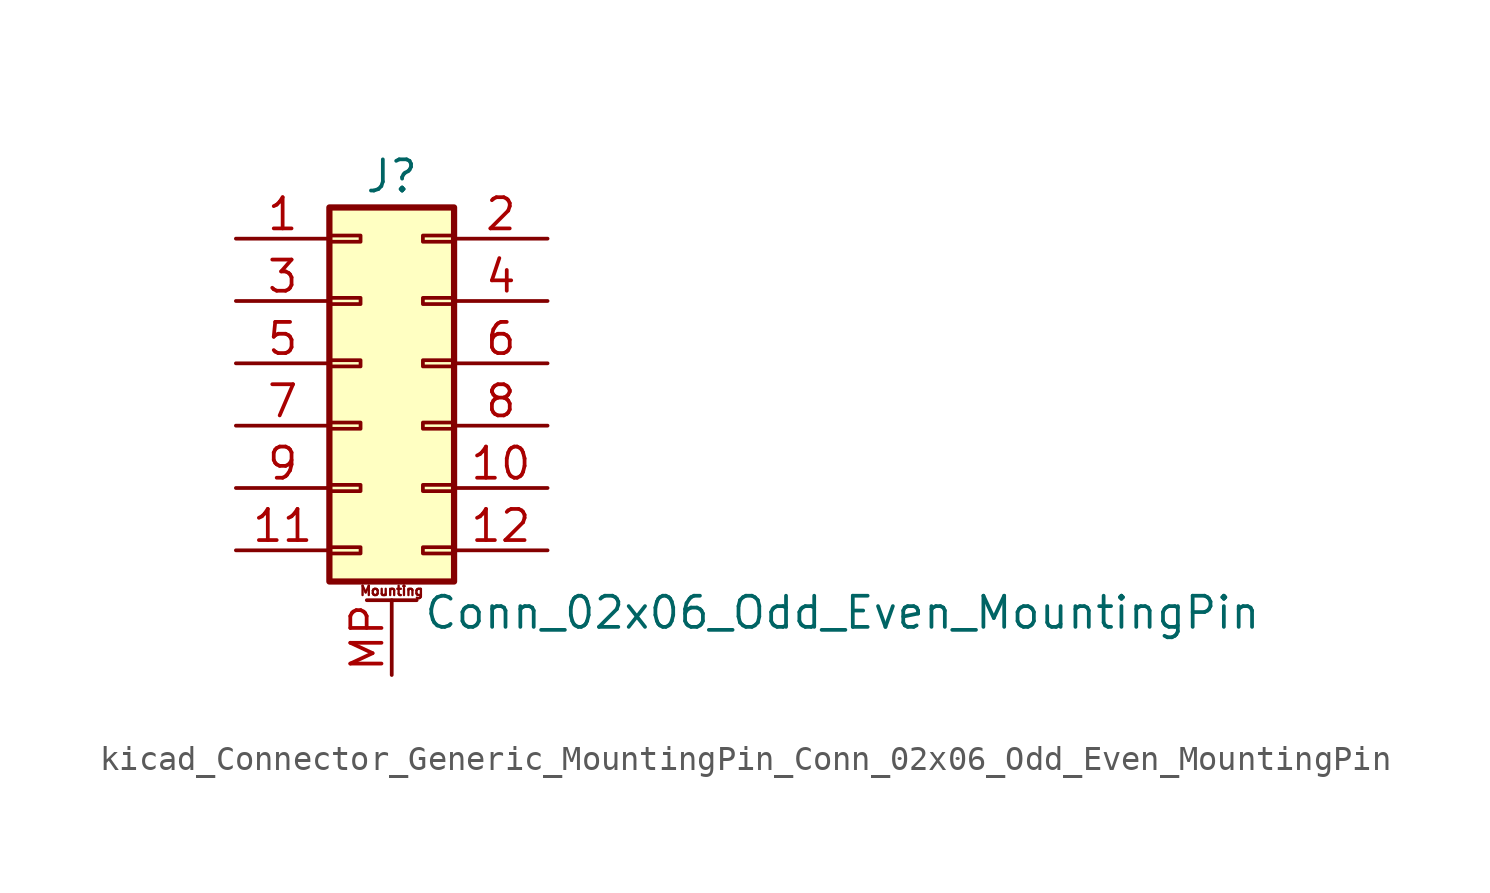
<source format=kicad_sym>
(kicad_symbol_lib
  (version 20220914)
  (generator kicad_symbol_editor)
  (symbol "kicad_Connector_Generic_MountingPin_Conn_02x06_Odd_Even_MountingPin"
    (pin_names
      (offset 1.016) hide)
    (property "Reference" "J"
      (at 1.27 7.62 0)
      (effects (font (size 1.27 1.27))))
    (property "Value" "Conn_02x06_Odd_Even_MountingPin"
      (at 2.54 -10.16 0)
      (effects (font (size 1.27 1.27)) (justify left)))
    (symbol "kicad_Connector_Generic_MountingPin_Conn_02x06_Odd_Even_MountingPin_1_1"
      (rectangle (start -1.27 -7.493) (end 0 -7.747) (stroke (width 0.152) (type default)) (fill (type none)))
      (rectangle (start -1.27 -4.953) (end 0 -5.207) (stroke (width 0.152) (type default)) (fill (type none)))
      (rectangle (start -1.27 -2.413) (end 0 -2.667) (stroke (width 0.152) (type default)) (fill (type none)))
      (rectangle (start -1.27 0.127) (end 0 -0.127) (stroke (width 0.152) (type default)) (fill (type none)))
      (rectangle (start -1.27 2.667) (end 0 2.413) (stroke (width 0.152) (type default)) (fill (type none)))
      (rectangle (start -1.27 5.207) (end 0 4.953) (stroke (width 0.152) (type default)) (fill (type none)))
      (rectangle (start -1.27 6.35) (end 3.81 -8.89) (stroke (width 0.254) (type default)) (fill (type background)))
      (polyline (pts (xy 0.254 -9.652) (xy 2.286 -9.652)) (stroke (width 0.152) (type default)) (fill (type none)))
      (rectangle (start 3.81 -7.493) (end 2.54 -7.747) (stroke (width 0.152) (type default)) (fill (type none)))
      (rectangle (start 3.81 -4.953) (end 2.54 -5.207) (stroke (width 0.152) (type default)) (fill (type none)))
      (rectangle (start 3.81 -2.413) (end 2.54 -2.667) (stroke (width 0.152) (type default)) (fill (type none)))
      (rectangle (start 3.81 0.127) (end 2.54 -0.127) (stroke (width 0.152) (type default)) (fill (type none)))
      (rectangle (start 3.81 2.667) (end 2.54 2.413) (stroke (width 0.152) (type default)) (fill (type none)))
      (rectangle (start 3.81 5.207) (end 2.54 4.953) (stroke (width 0.152) (type default)) (fill (type none)))
      (text "Mounting" (at 1.27 -9.271 0) (effects (font (size 0.381 0.381))))
      (pin passive line (at -5.08 5.08 0) (length 3.81) (name "Pin_1" (effects (font (size 1.27 1.27)))) (number "1" (effects (font (size 1.27 1.27)))))
      (pin passive line (at 7.62 -5.08 180) (length 3.81) (name "Pin_10" (effects (font (size 1.27 1.27)))) (number "10" (effects (font (size 1.27 1.27)))))
      (pin passive line (at -5.08 -7.62 0) (length 3.81) (name "Pin_11" (effects (font (size 1.27 1.27)))) (number "11" (effects (font (size 1.27 1.27)))))
      (pin passive line (at 7.62 -7.62 180) (length 3.81) (name "Pin_12" (effects (font (size 1.27 1.27)))) (number "12" (effects (font (size 1.27 1.27)))))
      (pin passive line (at 7.62 5.08 180) (length 3.81) (name "Pin_2" (effects (font (size 1.27 1.27)))) (number "2" (effects (font (size 1.27 1.27)))))
      (pin passive line (at -5.08 2.54 0) (length 3.81) (name "Pin_3" (effects (font (size 1.27 1.27)))) (number "3" (effects (font (size 1.27 1.27)))))
      (pin passive line (at 7.62 2.54 180) (length 3.81) (name "Pin_4" (effects (font (size 1.27 1.27)))) (number "4" (effects (font (size 1.27 1.27)))))
      (pin passive line (at -5.08 0 0) (length 3.81) (name "Pin_5" (effects (font (size 1.27 1.27)))) (number "5" (effects (font (size 1.27 1.27)))))
      (pin passive line (at 7.62 0 180) (length 3.81) (name "Pin_6" (effects (font (size 1.27 1.27)))) (number "6" (effects (font (size 1.27 1.27)))))
      (pin passive line (at -5.08 -2.54 0) (length 3.81) (name "Pin_7" (effects (font (size 1.27 1.27)))) (number "7" (effects (font (size 1.27 1.27)))))
      (pin passive line (at 7.62 -2.54 180) (length 3.81) (name "Pin_8" (effects (font (size 1.27 1.27)))) (number "8" (effects (font (size 1.27 1.27)))))
      (pin passive line (at -5.08 -5.08 0) (length 3.81) (name "Pin_9" (effects (font (size 1.27 1.27)))) (number "9" (effects (font (size 1.27 1.27)))))
      (pin passive line (at 1.27 -12.7 90) (length 3.048) (name "MountPin" (effects (font (size 1.27 1.27)))) (number "MP" (effects (font (size 1.27 1.27))))))))
</source>
